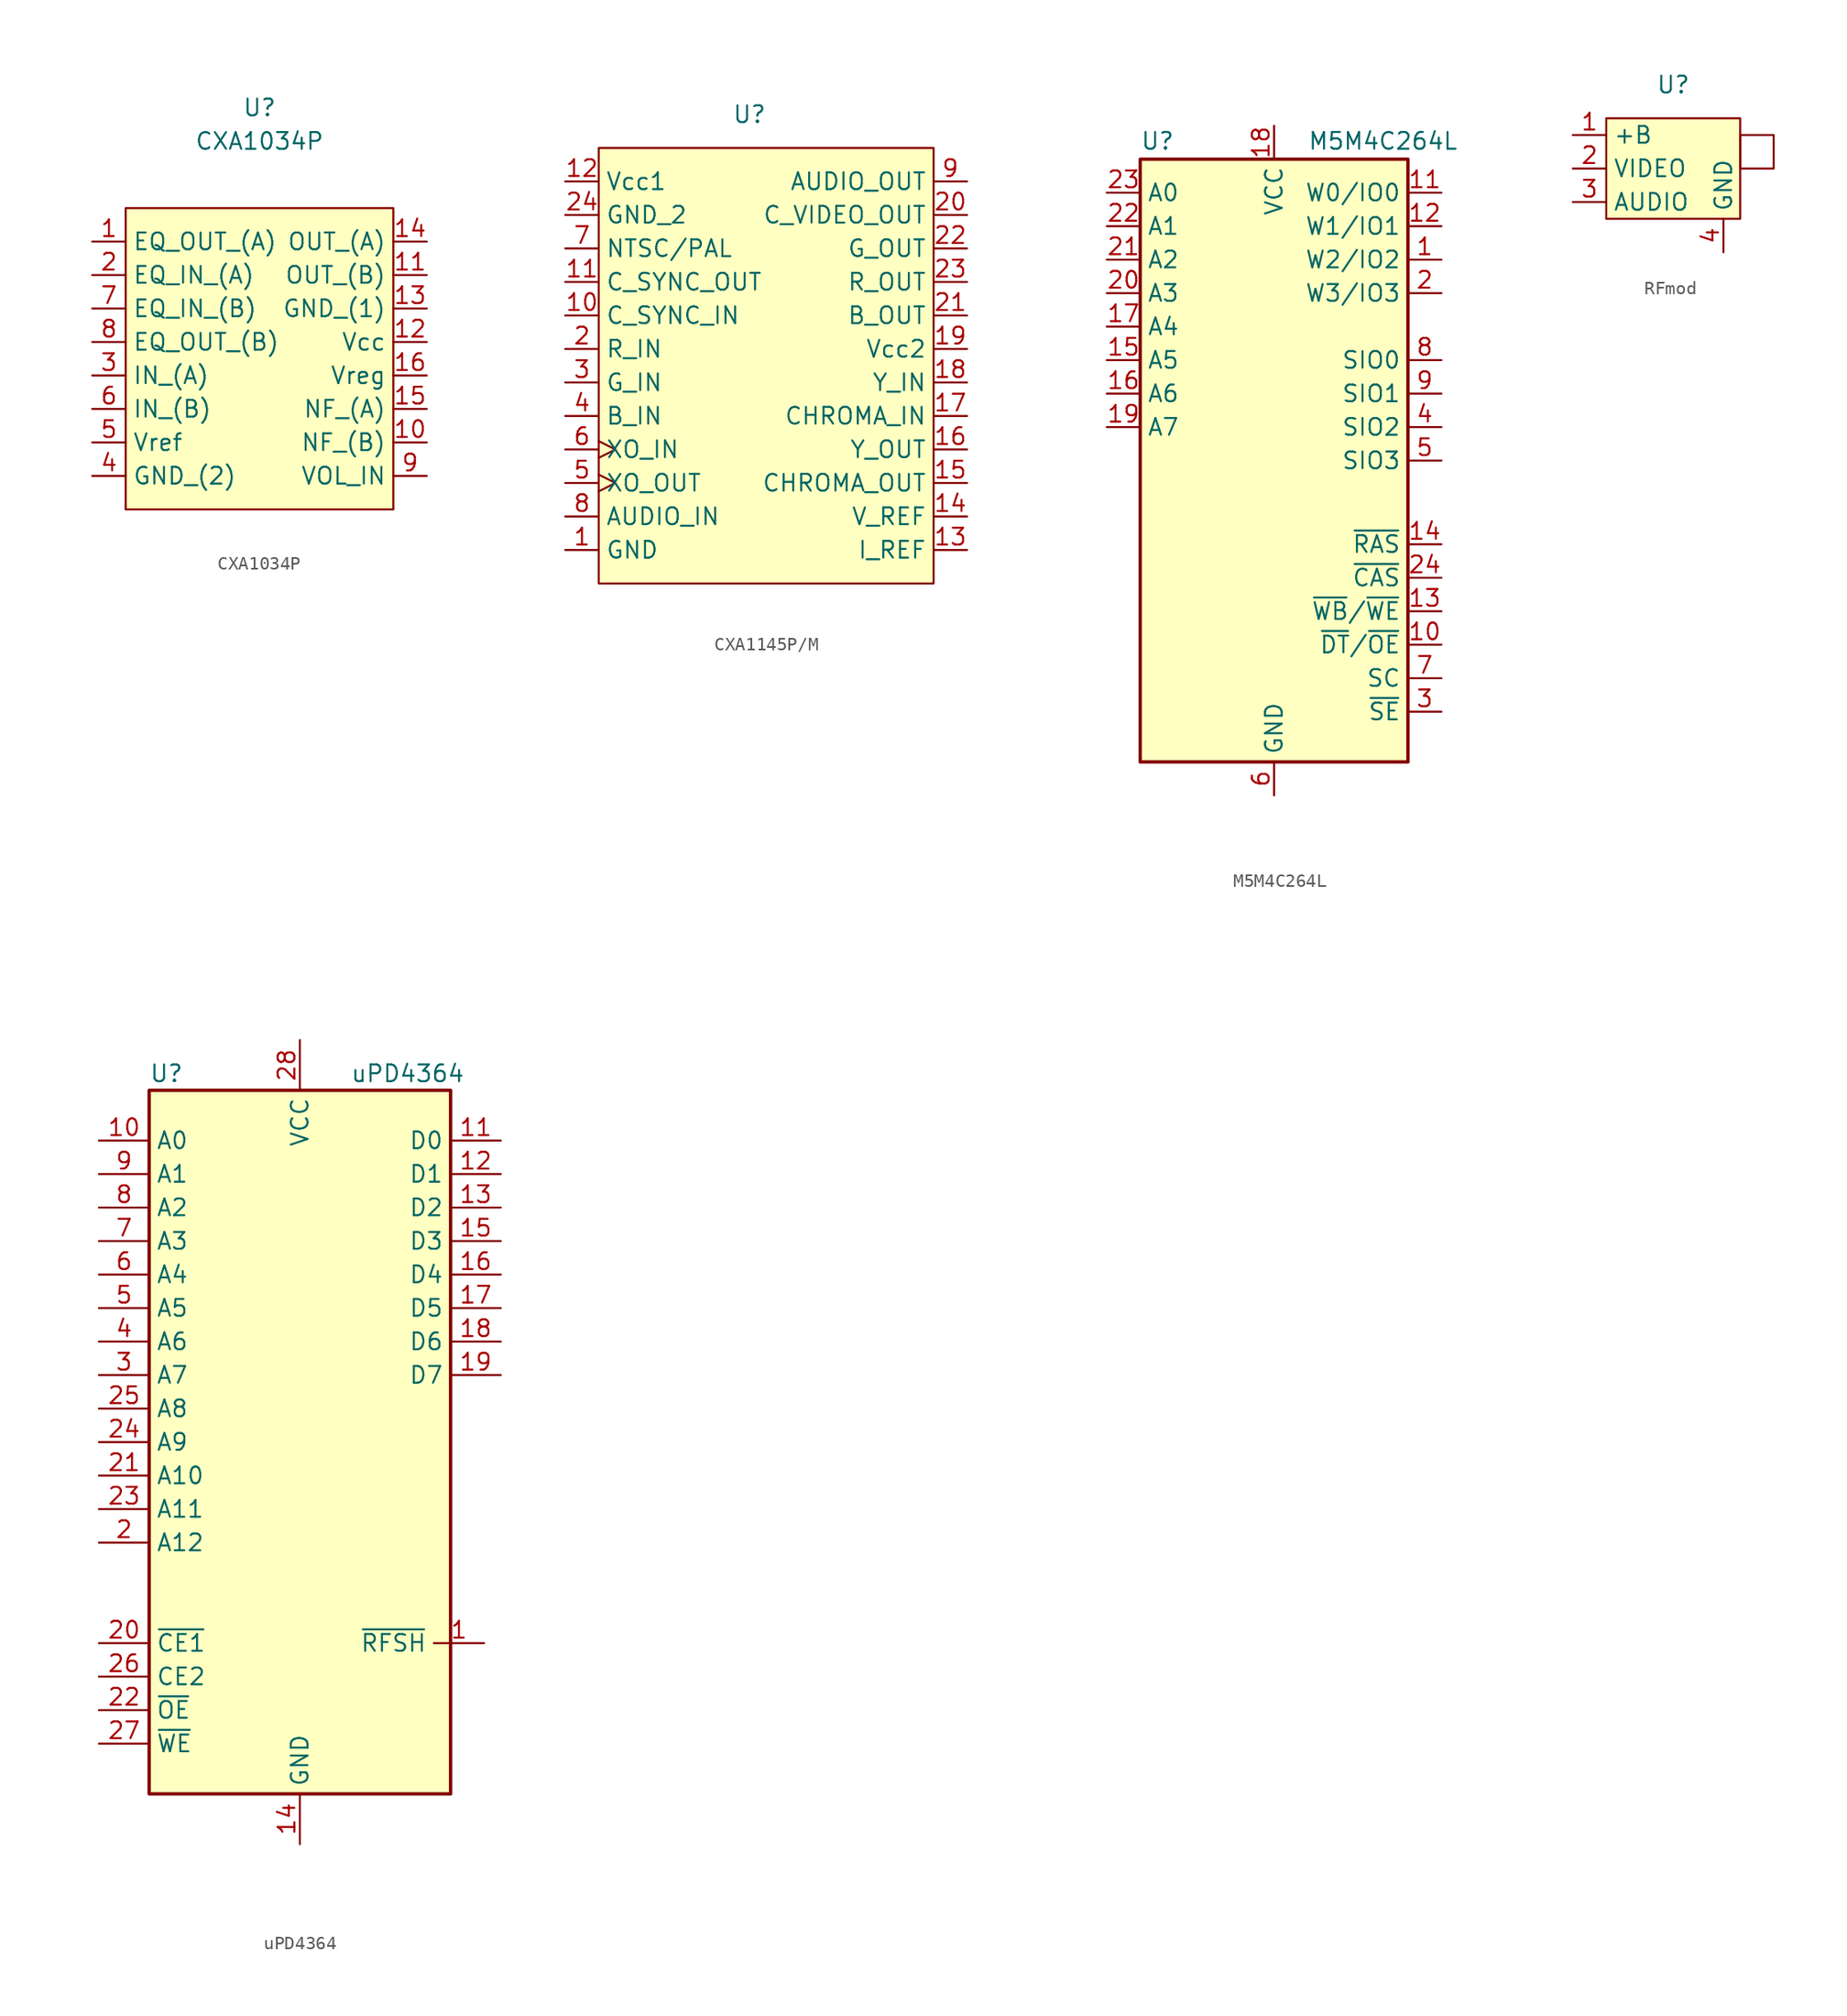
<source format=kicad_sym>
(kicad_symbol_lib
  (version 20220914)
  (generator kicad_symbol_editor)
  (symbol "CXA1034P"
    (property "Reference" "U"
      (at 0 5.08 0)
      (effects (font (size 1.27 1.27))))
    (property "Value" "CXA1034P"
      (at 0 2.54 0)
      (effects (font (size 1.27 1.27))))
    (symbol "CXA1034P_0_0"
      (pin output line (at -12.7 -5.08 0) (length 2.54) (name "EQ_OUT_(A)" (effects (font (size 1.27 1.27)))) (number "1" (effects (font (size 1.27 1.27)))))
      (pin unspecified line (at 12.7 -20.32 180) (length 2.54) (name "NF_(B)" (effects (font (size 1.27 1.27)))) (number "10" (effects (font (size 1.27 1.27)))))
      (pin output line (at 12.7 -7.62 180) (length 2.54) (name "OUT_(B)" (effects (font (size 1.27 1.27)))) (number "11" (effects (font (size 1.27 1.27)))))
      (pin power_in line (at 12.7 -12.7 180) (length 2.54) (name "Vcc" (effects (font (size 1.27 1.27)))) (number "12" (effects (font (size 1.27 1.27)))))
      (pin power_in line (at 12.7 -10.16 180) (length 2.54) (name "GND_(1)" (effects (font (size 1.27 1.27)))) (number "13" (effects (font (size 1.27 1.27)))))
      (pin output line (at 12.7 -5.08 180) (length 2.54) (name "OUT_(A)" (effects (font (size 1.27 1.27)))) (number "14" (effects (font (size 1.27 1.27)))))
      (pin unspecified line (at 12.7 -17.78 180) (length 2.54) (name "NF_(A)" (effects (font (size 1.27 1.27)))) (number "15" (effects (font (size 1.27 1.27)))))
      (pin power_in line (at 12.7 -15.24 180) (length 2.54) (name "Vreg" (effects (font (size 1.27 1.27)))) (number "16" (effects (font (size 1.27 1.27)))))
      (pin input line (at -12.7 -7.62 0) (length 2.54) (name "EQ_IN_(A)" (effects (font (size 1.27 1.27)))) (number "2" (effects (font (size 1.27 1.27)))))
      (pin input line (at -12.7 -15.24 0) (length 2.54) (name "IN_(A)" (effects (font (size 1.27 1.27)))) (number "3" (effects (font (size 1.27 1.27)))))
      (pin power_in line (at -12.7 -22.86 0) (length 2.54) (name "GND_(2)" (effects (font (size 1.27 1.27)))) (number "4" (effects (font (size 1.27 1.27)))))
      (pin power_in line (at -12.7 -20.32 0) (length 2.54) (name "Vref" (effects (font (size 1.27 1.27)))) (number "5" (effects (font (size 1.27 1.27)))))
      (pin input line (at -12.7 -17.78 0) (length 2.54) (name "IN_(B)" (effects (font (size 1.27 1.27)))) (number "6" (effects (font (size 1.27 1.27)))))
      (pin input line (at -12.7 -10.16 0) (length 2.54) (name "EQ_IN_(B)" (effects (font (size 1.27 1.27)))) (number "7" (effects (font (size 1.27 1.27)))))
      (pin output line (at -12.7 -12.7 0) (length 2.54) (name "EQ_OUT_(B)" (effects (font (size 1.27 1.27)))) (number "8" (effects (font (size 1.27 1.27)))))
      (pin input line (at 12.7 -22.86 180) (length 2.54) (name "VOL_IN" (effects (font (size 1.27 1.27)))) (number "9" (effects (font (size 1.27 1.27))))))
    (symbol "CXA1034P_1_1"
      (rectangle (start -10.16 -2.54) (end 10.16 -25.4) (stroke (width 0) (type default)) (fill (type background)))))
  (symbol "CXA1145P/M"
    (property "Reference" "U"
      (at 0 2.54 0)
      (effects (font (size 1.27 1.27))))
    (property "Value" ""
      (at -13.97 -2.54 0)
      (effects (font (size 1.27 1.27))))
    (symbol "CXA1145P/M_0_0"
      (pin power_in line (at -13.97 -30.48 0) (length 2.54) (name "GND" (effects (font (size 1.27 1.27)))) (number "1" (effects (font (size 1.27 1.27)))))
      (pin input line (at -13.97 -12.7 0) (length 2.54) (name "C_SYNC_IN" (effects (font (size 1.27 1.27)))) (number "10" (effects (font (size 1.27 1.27)))))
      (pin output line (at -13.97 -10.16 0) (length 2.54) (name "C_SYNC_OUT" (effects (font (size 1.27 1.27)))) (number "11" (effects (font (size 1.27 1.27)))))
      (pin power_in line (at -13.97 -2.54 0) (length 2.54) (name "Vcc1" (effects (font (size 1.27 1.27)))) (number "12" (effects (font (size 1.27 1.27)))))
      (pin unspecified line (at 16.51 -30.48 180) (length 2.54) (name "I_REF" (effects (font (size 1.27 1.27)))) (number "13" (effects (font (size 1.27 1.27)))))
      (pin unspecified line (at 16.51 -27.94 180) (length 2.54) (name "V_REF" (effects (font (size 1.27 1.27)))) (number "14" (effects (font (size 1.27 1.27)))))
      (pin output line (at 16.51 -25.4 180) (length 2.54) (name "CHROMA_OUT" (effects (font (size 1.27 1.27)))) (number "15" (effects (font (size 1.27 1.27)))))
      (pin output line (at 16.51 -22.86 180) (length 2.54) (name "Y_OUT" (effects (font (size 1.27 1.27)))) (number "16" (effects (font (size 1.27 1.27)))))
      (pin input line (at 16.51 -20.32 180) (length 2.54) (name "CHROMA_IN" (effects (font (size 1.27 1.27)))) (number "17" (effects (font (size 1.27 1.27)))))
      (pin input line (at 16.51 -17.78 180) (length 2.54) (name "Y_IN" (effects (font (size 1.27 1.27)))) (number "18" (effects (font (size 1.27 1.27)))))
      (pin power_in line (at 16.51 -15.24 180) (length 2.54) (name "Vcc2" (effects (font (size 1.27 1.27)))) (number "19" (effects (font (size 1.27 1.27)))))
      (pin input line (at -13.97 -15.24 0) (length 2.54) (name "R_IN" (effects (font (size 1.27 1.27)))) (number "2" (effects (font (size 1.27 1.27)))))
      (pin output line (at 16.51 -5.08 180) (length 2.54) (name "C_VIDEO_OUT" (effects (font (size 1.27 1.27)))) (number "20" (effects (font (size 1.27 1.27)))))
      (pin output line (at 16.51 -12.7 180) (length 2.54) (name "B_OUT" (effects (font (size 1.27 1.27)))) (number "21" (effects (font (size 1.27 1.27)))))
      (pin output line (at 16.51 -7.62 180) (length 2.54) (name "G_OUT" (effects (font (size 1.27 1.27)))) (number "22" (effects (font (size 1.27 1.27)))))
      (pin output line (at 16.51 -10.16 180) (length 2.54) (name "R_OUT" (effects (font (size 1.27 1.27)))) (number "23" (effects (font (size 1.27 1.27)))))
      (pin power_in line (at -13.97 -5.08 0) (length 2.54) (name "GND_2" (effects (font (size 1.27 1.27)))) (number "24" (effects (font (size 1.27 1.27)))))
      (pin input line (at -13.97 -20.32 0) (length 2.54) (name "B_IN" (effects (font (size 1.27 1.27)))) (number "4" (effects (font (size 1.27 1.27)))))
      (pin output clock (at -13.97 -25.4 0) (length 2.54) (name "XO_OUT" (effects (font (size 1.27 1.27)))) (number "5" (effects (font (size 1.27 1.27)))))
      (pin input clock (at -13.97 -22.86 0) (length 2.54) (name "XO_IN" (effects (font (size 1.27 1.27)))) (number "6" (effects (font (size 1.27 1.27)))))
      (pin input line (at -13.97 -7.62 0) (length 2.54) (name "NTSC/PAL" (effects (font (size 1.27 1.27)))) (number "7" (effects (font (size 1.27 1.27)))))
      (pin input line (at -13.97 -27.94 0) (length 2.54) (name "AUDIO_IN" (effects (font (size 1.27 1.27)))) (number "8" (effects (font (size 1.27 1.27)))))
      (pin output line (at 16.51 -2.54 180) (length 2.54) (name "AUDIO_OUT" (effects (font (size 1.27 1.27)))) (number "9" (effects (font (size 1.27 1.27))))))
    (symbol "CXA1145P/M_1_0"
      (pin input line (at -13.97 -17.78 0) (length 2.54) (name "G_IN" (effects (font (size 1.27 1.27)))) (number "3" (effects (font (size 1.27 1.27))))))
    (symbol "CXA1145P/M_1_1"
      (rectangle (start -11.43 0) (end 13.97 -33.02) (stroke (width 0) (type default)) (fill (type background)))))
  (symbol "M5M4C264L"
    (property "Reference" "U"
      (at -10.16 23.495 0)
      (effects (font (size 1.27 1.27)) (justify left bottom)))
    (property "Value" "M5M4C264L"
      (at 2.54 23.495 0)
      (effects (font (size 1.27 1.27)) (justify left bottom)))
    (symbol "M5M4C264L_0_1"
      (rectangle (start -10.16 22.86) (end 10.16 -22.86) (stroke (width 0.254) (type default)) (fill (type background))))
    (symbol "M5M4C264L_1_0"
      (pin power_in line (at 0 25.4 270) (length 2.54) (name "VCC" (effects (font (size 1.27 1.27)))) (number "18" (effects (font (size 1.27 1.27)))))
      (pin power_in line (at 0 -25.4 90) (length 2.54) (name "GND" (effects (font (size 1.27 1.27)))) (number "6" (effects (font (size 1.27 1.27))))))
    (symbol "M5M4C264L_1_1"
      (pin tri_state line (at 12.7 15.24 180) (length 2.54) (name "W2/IO2" (effects (font (size 1.27 1.27)))) (number "1" (effects (font (size 1.27 1.27)))))
      (pin input line (at 12.7 -13.97 180) (length 2.54) (name "~{DT}/~{OE}" (effects (font (size 1.27 1.27)))) (number "10" (effects (font (size 1.27 1.27)))))
      (pin tri_state line (at 12.7 20.32 180) (length 2.54) (name "W0/IO0" (effects (font (size 1.27 1.27)))) (number "11" (effects (font (size 1.27 1.27)))))
      (pin tri_state line (at 12.7 17.78 180) (length 2.54) (name "W1/IO1" (effects (font (size 1.27 1.27)))) (number "12" (effects (font (size 1.27 1.27)))))
      (pin input line (at 12.7 -11.43 180) (length 2.54) (name "~{WB}/~{WE}" (effects (font (size 1.27 1.27)))) (number "13" (effects (font (size 1.27 1.27)))))
      (pin input line (at 12.7 -6.35 180) (length 2.54) (name "~{RAS}" (effects (font (size 1.27 1.27)))) (number "14" (effects (font (size 1.27 1.27)))))
      (pin input line (at -12.7 7.62 0) (length 2.54) (name "A5" (effects (font (size 1.27 1.27)))) (number "15" (effects (font (size 1.27 1.27)))))
      (pin input line (at -12.7 5.08 0) (length 2.54) (name "A6" (effects (font (size 1.27 1.27)))) (number "16" (effects (font (size 1.27 1.27)))))
      (pin input line (at -12.7 10.16 0) (length 2.54) (name "A4" (effects (font (size 1.27 1.27)))) (number "17" (effects (font (size 1.27 1.27)))))
      (pin input line (at -12.7 2.54 0) (length 2.54) (name "A7" (effects (font (size 1.27 1.27)))) (number "19" (effects (font (size 1.27 1.27)))))
      (pin tri_state line (at 12.7 12.7 180) (length 2.54) (name "W3/IO3" (effects (font (size 1.27 1.27)))) (number "2" (effects (font (size 1.27 1.27)))))
      (pin input line (at -12.7 12.7 0) (length 2.54) (name "A3" (effects (font (size 1.27 1.27)))) (number "20" (effects (font (size 1.27 1.27)))))
      (pin input line (at -12.7 15.24 0) (length 2.54) (name "A2" (effects (font (size 1.27 1.27)))) (number "21" (effects (font (size 1.27 1.27)))))
      (pin input line (at -12.7 17.78 0) (length 2.54) (name "A1" (effects (font (size 1.27 1.27)))) (number "22" (effects (font (size 1.27 1.27)))))
      (pin input line (at -12.7 20.32 0) (length 2.54) (name "A0" (effects (font (size 1.27 1.27)))) (number "23" (effects (font (size 1.27 1.27)))))
      (pin input line (at 12.7 -8.89 180) (length 2.54) (name "~{CAS}" (effects (font (size 1.27 1.27)))) (number "24" (effects (font (size 1.27 1.27)))))
      (pin input line (at 12.7 -19.05 180) (length 2.54) (name "~{SE}" (effects (font (size 1.27 1.27)))) (number "3" (effects (font (size 1.27 1.27)))))
      (pin tri_state line (at 12.7 2.54 180) (length 2.54) (name "SIO2" (effects (font (size 1.27 1.27)))) (number "4" (effects (font (size 1.27 1.27)))))
      (pin tri_state line (at 12.7 0 180) (length 2.54) (name "SIO3" (effects (font (size 1.27 1.27)))) (number "5" (effects (font (size 1.27 1.27)))))
      (pin input line (at 12.7 -16.51 180) (length 2.54) (name "SC" (effects (font (size 1.27 1.27)))) (number "7" (effects (font (size 1.27 1.27)))))
      (pin tri_state line (at 12.7 7.62 180) (length 2.54) (name "SIO0" (effects (font (size 1.27 1.27)))) (number "8" (effects (font (size 1.27 1.27)))))
      (pin tri_state line (at 12.7 5.08 180) (length 2.54) (name "SIO1" (effects (font (size 1.27 1.27)))) (number "9" (effects (font (size 1.27 1.27)))))))
  (symbol "RFmod"
    (property "Reference" "U"
      (at 0 1.27 0)
      (effects (font (size 1.27 1.27))))
    (property "Value" ""
      (at -7.62 -2.54 0)
      (effects (font (size 1.27 1.27))))
    (symbol "RFmod_0_0"
      (pin unspecified line (at -7.62 -2.54 0) (length 2.54) (name "+B" (effects (font (size 1.27 1.27)))) (number "1" (effects (font (size 1.27 1.27)))))
      (pin unspecified line (at -7.62 -5.08 0) (length 2.54) (name "VIDEO" (effects (font (size 1.27 1.27)))) (number "2" (effects (font (size 1.27 1.27)))))
      (pin unspecified line (at -7.62 -7.62 0) (length 2.54) (name "AUDIO" (effects (font (size 1.27 1.27)))) (number "3" (effects (font (size 1.27 1.27)))))
      (pin unspecified line (at 3.81 -11.43 90) (length 2.54) (name "GND" (effects (font (size 1.27 1.27)))) (number "4" (effects (font (size 1.27 1.27))))))
    (symbol "RFmod_0_1"
      (rectangle (start 5.08 -2.54) (end 7.62 -5.08) (stroke (width 0) (type default)) (fill (type none))))
    (symbol "RFmod_1_1"
      (rectangle (start -5.08 -1.27) (end 5.08 -8.89) (stroke (width 0) (type default)) (fill (type background)))))
  (symbol "uPD4364"
    (property "Reference" "U"
      (at -11.43 27.94 0)
      (effects (font (size 1.27 1.27)) (justify left)))
    (property "Value" "uPD4364"
      (at 3.81 27.94 0)
      (effects (font (size 1.27 1.27)) (justify left)))
    (symbol "uPD4364_0_0"
      (pin power_in line (at 0 -30.48 90) (length 3.81) (name "GND" (effects (font (size 1.27 1.27)))) (number "14" (effects (font (size 1.27 1.27)))))
      (pin power_in line (at 0 30.48 270) (length 3.81) (name "VCC" (effects (font (size 1.27 1.27)))) (number "28" (effects (font (size 1.27 1.27))))))
    (symbol "uPD4364_0_1"
      (rectangle (start -11.43 26.67) (end 11.43 -26.67) (stroke (width 0.254) (type default)) (fill (type background))))
    (symbol "uPD4364_1_1"
      (pin input line (at 13.97 -15.24 180) (length 3.81) (name "~{RFSH}" (effects (font (size 1.27 1.27)))) (number "1" (effects (font (size 1.27 1.27)))))
      (pin input line (at -15.24 22.86 0) (length 3.81) (name "A0" (effects (font (size 1.27 1.27)))) (number "10" (effects (font (size 1.27 1.27)))))
      (pin tri_state line (at 15.24 22.86 180) (length 3.81) (name "D0" (effects (font (size 1.27 1.27)))) (number "11" (effects (font (size 1.27 1.27)))))
      (pin tri_state line (at 15.24 20.32 180) (length 3.81) (name "D1" (effects (font (size 1.27 1.27)))) (number "12" (effects (font (size 1.27 1.27)))))
      (pin tri_state line (at 15.24 17.78 180) (length 3.81) (name "D2" (effects (font (size 1.27 1.27)))) (number "13" (effects (font (size 1.27 1.27)))))
      (pin tri_state line (at 15.24 15.24 180) (length 3.81) (name "D3" (effects (font (size 1.27 1.27)))) (number "15" (effects (font (size 1.27 1.27)))))
      (pin tri_state line (at 15.24 12.7 180) (length 3.81) (name "D4" (effects (font (size 1.27 1.27)))) (number "16" (effects (font (size 1.27 1.27)))))
      (pin tri_state line (at 15.24 10.16 180) (length 3.81) (name "D5" (effects (font (size 1.27 1.27)))) (number "17" (effects (font (size 1.27 1.27)))))
      (pin tri_state line (at 15.24 7.62 180) (length 3.81) (name "D6" (effects (font (size 1.27 1.27)))) (number "18" (effects (font (size 1.27 1.27)))))
      (pin tri_state line (at 15.24 5.08 180) (length 3.81) (name "D7" (effects (font (size 1.27 1.27)))) (number "19" (effects (font (size 1.27 1.27)))))
      (pin input line (at -15.24 -7.62 0) (length 3.81) (name "A12" (effects (font (size 1.27 1.27)))) (number "2" (effects (font (size 1.27 1.27)))))
      (pin input line (at -15.24 -15.24 0) (length 3.81) (name "~{CE1}" (effects (font (size 1.27 1.27)))) (number "20" (effects (font (size 1.27 1.27)))))
      (pin input line (at -15.24 -2.54 0) (length 3.81) (name "A10" (effects (font (size 1.27 1.27)))) (number "21" (effects (font (size 1.27 1.27)))))
      (pin input line (at -15.24 -20.32 0) (length 3.81) (name "~{OE}" (effects (font (size 1.27 1.27)))) (number "22" (effects (font (size 1.27 1.27)))))
      (pin input line (at -15.24 -5.08 0) (length 3.81) (name "A11" (effects (font (size 1.27 1.27)))) (number "23" (effects (font (size 1.27 1.27)))))
      (pin input line (at -15.24 0 0) (length 3.81) (name "A9" (effects (font (size 1.27 1.27)))) (number "24" (effects (font (size 1.27 1.27)))))
      (pin input line (at -15.24 2.54 0) (length 3.81) (name "A8" (effects (font (size 1.27 1.27)))) (number "25" (effects (font (size 1.27 1.27)))))
      (pin input line (at -15.24 -17.78 0) (length 3.81) (name "CE2" (effects (font (size 1.27 1.27)))) (number "26" (effects (font (size 1.27 1.27)))))
      (pin input line (at -15.24 -22.86 0) (length 3.81) (name "~{WE}" (effects (font (size 1.27 1.27)))) (number "27" (effects (font (size 1.27 1.27)))))
      (pin input line (at -15.24 5.08 0) (length 3.81) (name "A7" (effects (font (size 1.27 1.27)))) (number "3" (effects (font (size 1.27 1.27)))))
      (pin input line (at -15.24 7.62 0) (length 3.81) (name "A6" (effects (font (size 1.27 1.27)))) (number "4" (effects (font (size 1.27 1.27)))))
      (pin input line (at -15.24 10.16 0) (length 3.81) (name "A5" (effects (font (size 1.27 1.27)))) (number "5" (effects (font (size 1.27 1.27)))))
      (pin input line (at -15.24 12.7 0) (length 3.81) (name "A4" (effects (font (size 1.27 1.27)))) (number "6" (effects (font (size 1.27 1.27)))))
      (pin input line (at -15.24 15.24 0) (length 3.81) (name "A3" (effects (font (size 1.27 1.27)))) (number "7" (effects (font (size 1.27 1.27)))))
      (pin input line (at -15.24 17.78 0) (length 3.81) (name "A2" (effects (font (size 1.27 1.27)))) (number "8" (effects (font (size 1.27 1.27)))))
      (pin input line (at -15.24 20.32 0) (length 3.81) (name "A1" (effects (font (size 1.27 1.27)))) (number "9" (effects (font (size 1.27 1.27))))))))
</source>
